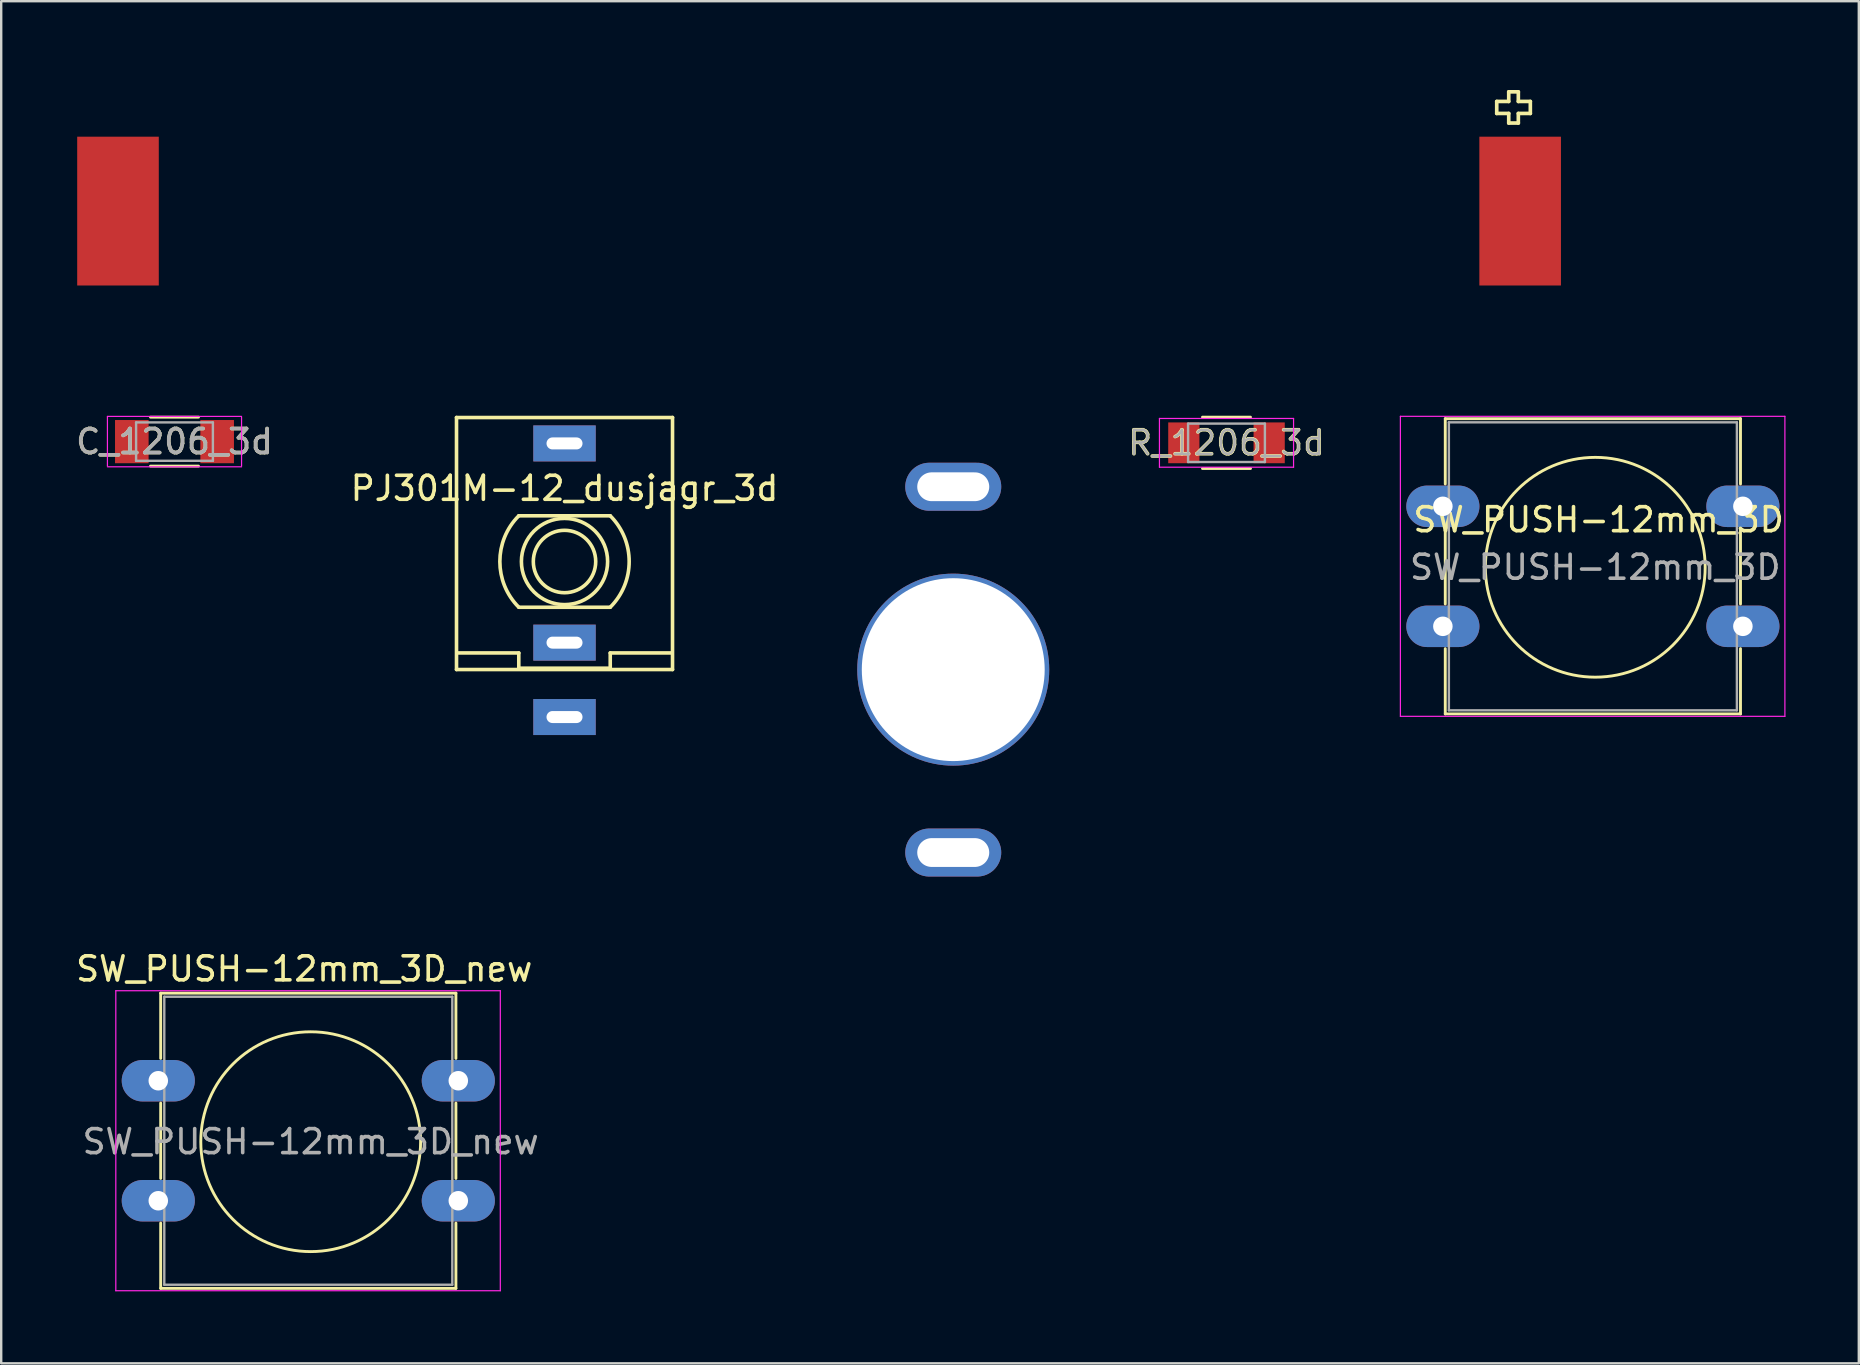
<source format=kicad_pcb>
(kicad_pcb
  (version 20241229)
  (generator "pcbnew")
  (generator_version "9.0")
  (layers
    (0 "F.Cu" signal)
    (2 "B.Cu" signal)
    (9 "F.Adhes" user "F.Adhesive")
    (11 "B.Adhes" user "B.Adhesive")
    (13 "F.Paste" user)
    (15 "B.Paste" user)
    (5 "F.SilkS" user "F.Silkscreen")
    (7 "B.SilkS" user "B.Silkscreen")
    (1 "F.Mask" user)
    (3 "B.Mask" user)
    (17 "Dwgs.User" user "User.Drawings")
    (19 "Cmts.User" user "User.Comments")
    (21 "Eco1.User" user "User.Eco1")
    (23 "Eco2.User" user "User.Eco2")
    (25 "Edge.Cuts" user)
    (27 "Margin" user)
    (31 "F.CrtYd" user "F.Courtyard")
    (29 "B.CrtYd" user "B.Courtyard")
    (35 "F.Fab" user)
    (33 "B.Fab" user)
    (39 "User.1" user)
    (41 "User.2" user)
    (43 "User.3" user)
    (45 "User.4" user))
  (footprint "PJ301M-12_dusjagr_3d"
    (layer "F.Cu")
    (at 20.47 20.345)
    (property "Reference" "PJ301M-12_dusjagr_3d" (at 0 -3.048 0) (layer "F.SilkS") (effects (font (size 1 1) (thickness 0.15))))
    (attr through_hole)
    (fp_line (start -4.5 -6) (end -4.5 4.5) (stroke (width 0.15) (type solid)) (layer "F.SilkS"))
    (fp_line (start -4.5 -6) (end 4.5 -6) (stroke (width 0.15) (type solid)) (layer "F.SilkS"))
    (fp_line (start -4.5 4.5) (end 4.5 4.5) (stroke (width 0.15) (type solid)) (layer "F.SilkS"))
    (fp_line (start -4.445 3.81) (end -1.905 3.81) (stroke (width 0.15) (type solid)) (layer "F.SilkS"))
    (fp_line (start -1.905 -1.905) (end 1.905 -1.905) (stroke (width 0.15) (type solid)) (layer "F.SilkS"))
    (fp_line (start -1.905 3.81) (end -1.905 4.445) (stroke (width 0.15) (type solid)) (layer "F.SilkS"))
    (fp_line (start -1.905 4.445) (end 1.905 4.445) (stroke (width 0.15) (type solid)) (layer "F.SilkS"))
    (fp_line (start 1.905 1.905) (end -1.905 1.905) (stroke (width 0.15) (type solid)) (layer "F.SilkS"))
    (fp_line (start 1.905 3.81) (end 4.445 3.81) (stroke (width 0.15) (type solid)) (layer "F.SilkS"))
    (fp_line (start 1.905 4.445) (end 1.905 3.81) (stroke (width 0.15) (type solid)) (layer "F.SilkS"))
    (fp_line (start 4.5 -6) (end 4.5 4.5) (stroke (width 0.15) (type solid)) (layer "F.SilkS"))
    (fp_arc (start -1.905 1.905) (mid -2.694077 0) (end -1.905 -1.905) (stroke (width 0.15) (type solid)) (layer "F.SilkS"))
    (fp_arc (start 1.905 -1.905) (mid 2.694077 0) (end 1.905 1.905) (stroke (width 0.15) (type solid)) (layer "F.SilkS"))
    (fp_circle (center 0 0) (end 1.27 1.27) (stroke (width 0.15) (type solid)) (fill no) (layer "F.SilkS"))
    (fp_circle (center 0 0) (end 1.3 0) (stroke (width 0.15) (type solid)) (fill no) (layer "F.SilkS"))
    (pad "1" thru_hole rect (at 0 -4.92) (size 2.6 1.5) (drill oval 1.5 0.5) (layers "*.Cu" "*.Mask"))
    (pad "2" thru_hole rect (at 0 3.38) (size 2.6 1.5) (drill oval 1.5 0.5) (layers "*.Cu" "*.Mask"))
    (pad "3" thru_hole rect (at 0 6.48) (size 2.6 1.5) (drill oval 1.5 0.5) (layers "*.Cu" "*.Mask")))
  (footprint "C_1206_3d"
    (layer "F.Cu")
    (at 4.22 15.35)
    (property "Reference" "C_1206_3d" (at 0 0 0) (layer "F.SilkS") (effects (font (size 1 1) (thickness 0.15))))
    (attr smd)
    (fp_line (start -1 1.02) (end 1 1.02) (stroke (width 0.12) (type solid)) (layer "F.SilkS"))
    (fp_line (start 1 -1.02) (end -1 -1.02) (stroke (width 0.12) (type solid)) (layer "F.SilkS"))
    (fp_line (start -2.794 -1.05) (end -2.794 1.016) (stroke (width 0.05) (type solid)) (layer "F.CrtYd"))
    (fp_line (start -2.794 -1.05) (end 2.794 -1.05) (stroke (width 0.05) (type solid)) (layer "F.CrtYd"))
    (fp_line (start 2.794 1.016) (end 2.794 -1.016) (stroke (width 0.05) (type solid)) (layer "F.CrtYd"))
    (fp_line (start 2.794 1.05) (end -2.794 1.05) (stroke (width 0.05) (type solid)) (layer "F.CrtYd"))
    (fp_line (start -1.6 -0.8) (end 1.6 -0.8) (stroke (width 0.1) (type solid)) (layer "F.Fab"))
    (fp_line (start -1.6 0.8) (end -1.6 -0.8) (stroke (width 0.1) (type solid)) (layer "F.Fab"))
    (fp_line (start 1.6 -0.8) (end 1.6 0.8) (stroke (width 0.1) (type solid)) (layer "F.Fab"))
    (fp_line (start 1.6 0.8) (end -1.6 0.8) (stroke (width 0.1) (type solid)) (layer "F.Fab"))
    (fp_text user "${REFERENCE}" (at 0 0 0) (layer "F.Fab") (effects (font (size 1 1) (thickness 0.15))))
    (pad "1" smd rect (at -1.778 0) (size 1.4 1.8) (layers "F.Cu" "F.Mask" "F.Paste"))
    (pad "2" smd rect (at 1.778 0) (size 1.4 1.8) (layers "F.Cu" "F.Mask" "F.Paste")))
  (footprint "R_1206_3d"
    (layer "F.Cu")
    (at 48.051 15.4)
    (property "Reference" "R_1206_3d" (at 0 0 0) (layer "F.SilkS") (effects (font (size 1 1) (thickness 0.15))))
    (attr smd)
    (fp_line (start -1 -1.07) (end 1 -1.07) (stroke (width 0.12) (type solid)) (layer "F.SilkS"))
    (fp_line (start 1 1.07) (end -1 1.07) (stroke (width 0.12) (type solid)) (layer "F.SilkS"))
    (fp_line (start -2.794 -1.016) (end -2.794 1.016) (stroke (width 0.05) (type solid)) (layer "F.CrtYd"))
    (fp_line (start -2.794 -1.016) (end 2.794 -1.016) (stroke (width 0.05) (type solid)) (layer "F.CrtYd"))
    (fp_line (start 2.794 1.016) (end -2.794 1.016) (stroke (width 0.05) (type solid)) (layer "F.CrtYd"))
    (fp_line (start 2.794 1.016) (end 2.794 -1.016) (stroke (width 0.05) (type solid)) (layer "F.CrtYd"))
    (fp_line (start -1.6 -0.8) (end 1.6 -0.8) (stroke (width 0.1) (type solid)) (layer "F.Fab"))
    (fp_line (start -1.6 0.8) (end -1.6 -0.8) (stroke (width 0.1) (type solid)) (layer "F.Fab"))
    (fp_line (start 1.6 -0.8) (end 1.6 0.8) (stroke (width 0.1) (type solid)) (layer "F.Fab"))
    (fp_line (start 1.6 0.8) (end -1.6 0.8) (stroke (width 0.1) (type solid)) (layer "F.Fab"))
    (fp_text user "${REFERENCE}" (at 0 0 0) (layer "F.Fab") (effects (font (size 1 1) (thickness 0.105))))
    (pad "1" smd rect (at -1.778 0) (size 1.3 1.7) (layers "F.Cu" "F.Mask" "F.Paste"))
    (pad "2" smd rect (at 1.778 0) (size 1.3 1.7) (layers "F.Cu" "F.Mask" "F.Paste")))
  (footprint "SW_PUSH-12mm_3D"
    (layer "F.Cu")
    (at 63.429 20.585)
    (property "Reference" "SW_PUSH-12mm_3D" (at 0.127 -1.981 180) (layer "F.SilkS") (effects (font (size 1 1) (thickness 0.15))))
    (attr through_hole)
    (fp_line (start -6.263 -6.19) (end 6.037 -6.19) (stroke (width 0.12) (type solid)) (layer "F.SilkS"))
    (fp_line (start -6.263 -3.47) (end -6.263 -6.19) (stroke (width 0.12) (type solid)) (layer "F.SilkS"))
    (fp_line (start -6.263 1.53) (end -6.263 -1.61) (stroke (width 0.12) (type solid)) (layer "F.SilkS"))
    (fp_line (start -6.263 6.11) (end -6.263 3.39) (stroke (width 0.12) (type solid)) (layer "F.SilkS"))
    (fp_line (start 6.037 -6.19) (end 6.037 -3.47) (stroke (width 0.12) (type solid)) (layer "F.SilkS"))
    (fp_line (start 6.037 -1.61) (end 6.037 1.53) (stroke (width 0.12) (type solid)) (layer "F.SilkS"))
    (fp_line (start 6.037 3.39) (end 6.037 6.11) (stroke (width 0.12) (type solid)) (layer "F.SilkS"))
    (fp_line (start 6.037 6.11) (end -6.263 6.11) (stroke (width 0.12) (type solid)) (layer "F.SilkS"))
    (fp_circle (center -0.013 0) (end 3.797 2.54) (stroke (width 0.12) (type solid)) (fill no) (layer "F.SilkS"))
    (fp_line (start -8.133 -6.29) (end -8.133 6.21) (stroke (width 0.05) (type solid)) (layer "F.CrtYd"))
    (fp_line (start -8.133 -6.29) (end 7.887 -6.29) (stroke (width 0.05) (type solid)) (layer "F.CrtYd"))
    (fp_line (start 7.887 6.21) (end -8.133 6.21) (stroke (width 0.05) (type solid)) (layer "F.CrtYd"))
    (fp_line (start 7.887 6.21) (end 7.887 -6.29) (stroke (width 0.05) (type solid)) (layer "F.CrtYd"))
    (fp_line (start -6.113 -6.04) (end -6.113 5.96) (stroke (width 0.1) (type solid)) (layer "F.Fab"))
    (fp_line (start -6.113 -6.04) (end 5.887 -6.04) (stroke (width 0.1) (type solid)) (layer "F.Fab"))
    (fp_line (start -6.113 5.96) (end 5.887 5.96) (stroke (width 0.1) (type solid)) (layer "F.Fab"))
    (fp_line (start 5.887 -6.04) (end 5.887 5.96) (stroke (width 0.1) (type solid)) (layer "F.Fab"))
    (fp_text user "${REFERENCE}" (at -0.013 0 180) (layer "F.Fab") (effects (font (size 1 1) (thickness 0.15))))
    (pad "1" thru_hole oval (at -6.363 -2.54) (size 3.048 1.727) (drill 0.813) (layers "*.Cu" "*.Mask"))
    (pad "1" thru_hole oval (at 6.137 -2.54) (size 3.048 1.727) (drill 0.813) (layers "*.Cu" "*.Mask"))
    (pad "2" thru_hole oval (at -6.363 2.46) (size 3.048 1.727) (drill 0.813) (layers "*.Cu" "*.Mask"))
    (pad "2" thru_hole oval (at 6.137 2.46) (size 3.048 1.727) (drill 0.813) (layers "*.Cu" "*.Mask")))
  (footprint "Push_SWITCH_hole"
    (layer "F.Cu")
    (at 36.666 24.85)
    (property "Reference" "Push_SWITCH_hole" (at -3.048 -3.556 90) (layer "Eco2.User") (effects (font (size 1 1) (thickness 0.178))))
    (attr exclude_from_pos_files exclude_from_bom)
    (fp_circle (center 0 0) (end -1.27 2.794) (stroke (width 0.15) (type solid)) (fill no) (layer "Dwgs.User"))
    (fp_line (start -4.064 -5.588) (end -4.064 5.334) (stroke (width 0.203) (type solid)) (layer "Eco2.User"))
    (fp_line (start -4.064 5.334) (end -3.048 6.35) (stroke (width 0.15) (type solid)) (layer "Eco2.User"))
    (fp_line (start -3.302 -6.35) (end -4.064 -5.588) (stroke (width 0.15) (type solid)) (layer "Eco2.User"))
    (fp_line (start -1.778 6.35) (end -3.048 6.35) (stroke (width 0.203) (type solid)) (layer "Eco2.User"))
    (fp_line (start -1.748 -6.35) (end -3.302 -6.35) (stroke (width 0.203) (type solid)) (layer "Eco2.User"))
    (fp_line (start 3.048 6.35) (end 1.748 6.35) (stroke (width 0.203) (type solid)) (layer "Eco2.User"))
    (fp_line (start 3.302 -6.35) (end 1.748 -6.35) (stroke (width 0.203) (type solid)) (layer "Eco2.User"))
    (fp_line (start 3.302 -6.35) (end 4.064 -5.588) (stroke (width 0.15) (type solid)) (layer "Eco2.User"))
    (fp_line (start 4.064 5.334) (end 3.048 6.35) (stroke (width 0.15) (type solid)) (layer "Eco2.User"))
    (fp_line (start 4.064 5.334) (end 4.064 -5.588) (stroke (width 0.203) (type solid)) (layer "Eco2.User"))
    (fp_circle (center 0 0) (end -1.524 1.778) (stroke (width 0.15) (type solid)) (fill no) (layer "Eco2.User"))
    (pad "" thru_hole circle (at 0 0) (size 8 8) (drill 7.62) (layers "*.Cu" "*.Mask"))
    (pad "1" thru_hole oval (at 0 -7.62) (size 4 2) (drill oval 3 1.2) (layers "*.Cu" "*.Mask"))
    (pad "2" thru_hole oval (at 0 7.62) (size 4 2) (drill oval 3 1.2) (layers "*.Cu" "*.Mask")))
  (footprint "SW_PUSH-12mm_3D_new"
    (layer "F.Cu")
    (at 9.908 44.518)
    (property "Reference" "SW_PUSH-12mm_3D_new" (at -0.283 -7.2 0) (layer "F.SilkS") (effects (font (size 1 1) (thickness 0.15))))
    (attr through_hole)
    (fp_line (start -6.263 -6.19) (end 6.037 -6.19) (stroke (width 0.12) (type solid)) (layer "F.SilkS"))
    (fp_line (start -6.263 -3.47) (end -6.263 -6.19) (stroke (width 0.12) (type solid)) (layer "F.SilkS"))
    (fp_line (start -6.263 1.53) (end -6.263 -1.61) (stroke (width 0.12) (type solid)) (layer "F.SilkS"))
    (fp_line (start -6.263 6.11) (end -6.263 3.39) (stroke (width 0.12) (type solid)) (layer "F.SilkS"))
    (fp_line (start 6.037 -6.19) (end 6.037 -3.47) (stroke (width 0.12) (type solid)) (layer "F.SilkS"))
    (fp_line (start 6.037 -1.61) (end 6.037 1.53) (stroke (width 0.12) (type solid)) (layer "F.SilkS"))
    (fp_line (start 6.037 3.39) (end 6.037 6.11) (stroke (width 0.12) (type solid)) (layer "F.SilkS"))
    (fp_line (start 6.037 6.11) (end -6.263 6.11) (stroke (width 0.12) (type solid)) (layer "F.SilkS"))
    (fp_circle (center -0.013 0) (end 3.797 2.54) (stroke (width 0.12) (type solid)) (fill no) (layer "F.SilkS"))
    (fp_line (start -8.133 -6.29) (end -8.133 6.21) (stroke (width 0.05) (type solid)) (layer "F.CrtYd"))
    (fp_line (start -8.133 -6.29) (end 7.887 -6.29) (stroke (width 0.05) (type solid)) (layer "F.CrtYd"))
    (fp_line (start 7.887 6.21) (end -8.133 6.21) (stroke (width 0.05) (type solid)) (layer "F.CrtYd"))
    (fp_line (start 7.887 6.21) (end 7.887 -6.29) (stroke (width 0.05) (type solid)) (layer "F.CrtYd"))
    (fp_line (start -6.113 -6.04) (end -6.113 5.96) (stroke (width 0.1) (type solid)) (layer "F.Fab"))
    (fp_line (start -6.113 -6.04) (end 5.887 -6.04) (stroke (width 0.1) (type solid)) (layer "F.Fab"))
    (fp_line (start -6.113 5.96) (end 5.887 5.96) (stroke (width 0.1) (type solid)) (layer "F.Fab"))
    (fp_line (start 5.887 -6.04) (end 5.887 5.96) (stroke (width 0.1) (type solid)) (layer "F.Fab"))
    (fp_text user "${REFERENCE}" (at -0.013 0 0) (layer "F.Fab") (effects (font (size 1 1) (thickness 0.15))))
    (pad "1" thru_hole oval (at -6.363 -2.54) (size 3.048 1.727) (drill 0.813) (layers "*.Cu" "*.Mask"))
    (pad "1" thru_hole oval (at 6.137 -2.54) (size 3.048 1.727) (drill 0.813) (layers "*.Cu" "*.Mask"))
    (pad "2" thru_hole oval (at -6.363 2.46) (size 3.048 1.727) (drill 0.813) (layers "*.Cu" "*.Mask"))
    (pad "2" thru_hole oval (at 6.137 2.46) (size 3.048 1.727) (drill 0.813) (layers "*.Cu" "*.Mask")))
  (footprint "BAT_Holder_AAA-new_noHole"
    (layer "F.Cu")
    (at 31.076 5.861)
    (property "Reference" "BAT_Holder_AAA-new_noHole" (at 0 -3.81 0) (layer "Eco2.User") (effects (font (size 1 1) (thickness 0.15))))
    (attr through_hole)
    (fp_line (start 28.234 -4.184) (end 28.234 -4.684) (stroke (width 0.152) (type solid)) (layer "F.SilkS"))
    (fp_line (start 28.234 -4.184) (end 28.734 -4.184) (stroke (width 0.152) (type solid)) (layer "F.SilkS"))
    (fp_line (start 28.734 -5.084) (end 29.134 -5.084) (stroke (width 0.152) (type solid)) (layer "F.SilkS"))
    (fp_line (start 28.734 -4.684) (end 28.234 -4.684) (stroke (width 0.152) (type solid)) (layer "F.SilkS"))
    (fp_line (start 28.734 -4.684) (end 28.734 -5.084) (stroke (width 0.152) (type solid)) (layer "F.SilkS"))
    (fp_line (start 28.734 -3.784) (end 28.734 -4.184) (stroke (width 0.152) (type solid)) (layer "F.SilkS"))
    (fp_line (start 29.134 -5.084) (end 29.134 -4.684) (stroke (width 0.152) (type solid)) (layer "F.SilkS"))
    (fp_line (start 29.134 -4.684) (end 29.634 -4.684) (stroke (width 0.152) (type solid)) (layer "F.SilkS"))
    (fp_line (start 29.134 -4.184) (end 29.134 -3.784) (stroke (width 0.152) (type solid)) (layer "F.SilkS"))
    (fp_line (start 29.134 -3.784) (end 28.734 -3.784) (stroke (width 0.152) (type solid)) (layer "F.SilkS"))
    (fp_line (start 29.634 -4.684) (end 29.634 -4.184) (stroke (width 0.152) (type solid)) (layer "F.SilkS"))
    (fp_line (start 29.634 -4.184) (end 29.134 -4.184) (stroke (width 0.152) (type solid)) (layer "F.SilkS"))
    (fp_line (start -27.18 -5.786) (end -27.178 5.334) (stroke (width 0.15) (type solid)) (layer "Eco2.User"))
    (fp_line (start -27.18 -5.786) (end 27.18 -5.786) (stroke (width 0.15) (type solid)) (layer "Eco2.User"))
    (fp_line (start -27.18 5.334) (end 27.18 5.334) (stroke (width 0.15) (type solid)) (layer "Eco2.User"))
    (fp_line (start 27.178 5.334) (end 27.18 -5.786) (stroke (width 0.15) (type solid)) (layer "Eco2.User"))
    (fp_line (start 31 -0.116) (end -31 -0.116) (stroke (width 0.152) (type solid)) (layer "Eco2.User"))
    (pad "1" smd rect (at 29.21 -0.116) (size 3.4 6.2) (layers "F.Cu" "F.Mask" "F.Paste"))
    (pad "2" smd rect (at -29.21 -0.116) (size 3.4 6.2) (layers "F.Cu" "F.Mask" "F.Paste")))
  (gr_rect
    (start -3 -3)
    (end 74.396 53.753)
    (stroke (width 0.1) (type default))
    (fill no)
    (layer "Edge.Cuts")))
</source>
